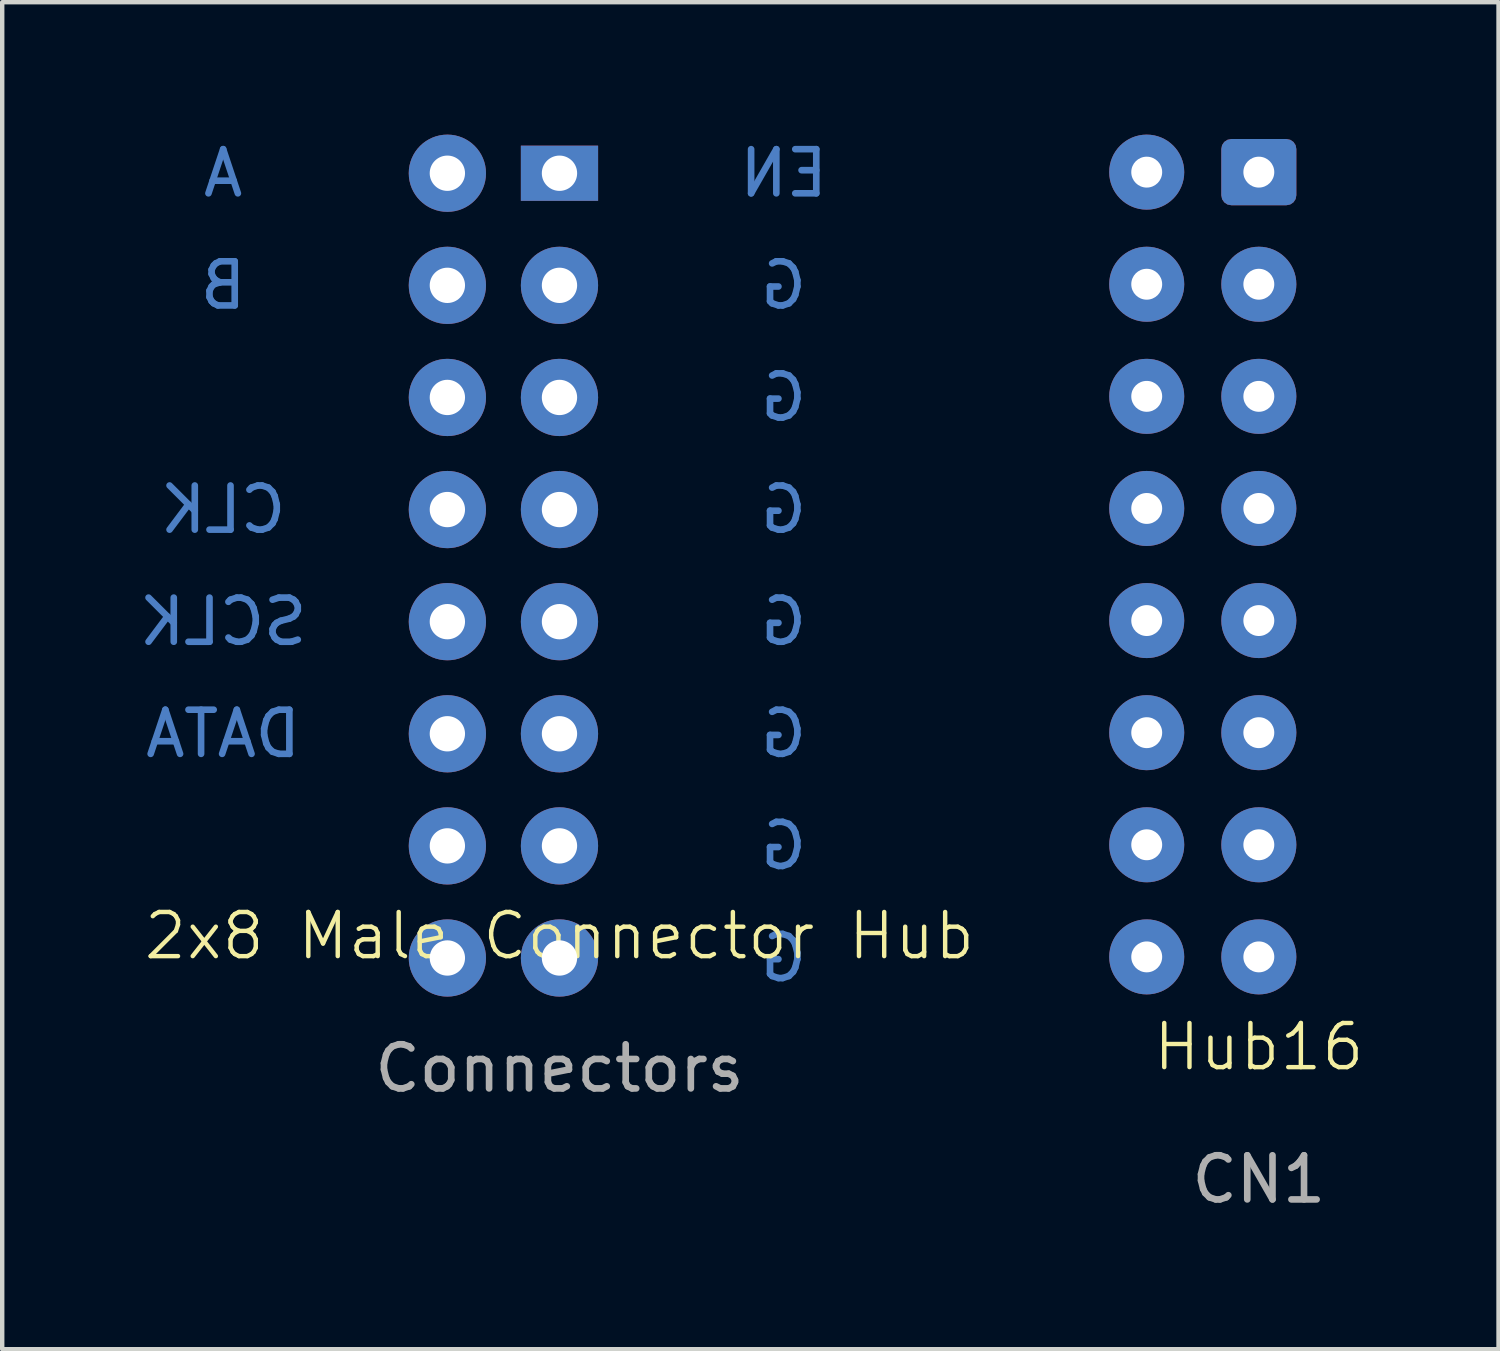
<source format=kicad_pcb>
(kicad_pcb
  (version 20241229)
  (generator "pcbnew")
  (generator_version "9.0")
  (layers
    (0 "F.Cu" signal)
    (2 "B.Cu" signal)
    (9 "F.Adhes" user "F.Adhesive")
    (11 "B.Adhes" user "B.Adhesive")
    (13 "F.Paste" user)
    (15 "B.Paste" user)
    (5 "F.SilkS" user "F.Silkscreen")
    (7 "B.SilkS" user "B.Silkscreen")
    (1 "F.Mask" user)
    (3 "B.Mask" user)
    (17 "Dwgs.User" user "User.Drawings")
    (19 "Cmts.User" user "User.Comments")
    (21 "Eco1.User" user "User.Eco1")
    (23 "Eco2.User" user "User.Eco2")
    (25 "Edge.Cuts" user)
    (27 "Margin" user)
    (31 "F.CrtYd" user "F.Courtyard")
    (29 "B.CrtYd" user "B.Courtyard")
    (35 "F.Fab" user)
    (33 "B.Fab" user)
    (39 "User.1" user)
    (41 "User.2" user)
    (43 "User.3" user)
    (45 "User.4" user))
  (footprint "2x8 Male Connector Hub"
    (layer "F.Cu")
    (at 9.626 18.655)
    (property "Reference" "2x8 Male Connector Hub" (at 0 -0.5 0) (unlocked yes) (layer "F.SilkS") (effects (font (size 1 1) (thickness 0.1))))
    (attr smd)
    (fp_text user "G" (at 5.08 -7.62 0) (layer "B.Cu") (effects (font (size 1 1) (thickness 0.15)) (justify mirror)))
    (fp_text user "B" (at -7.62 -15.24 0) (layer "B.Cu") (effects (font (size 1 1) (thickness 0.15)) (justify mirror)))
    (fp_text user "CLK" (at -7.62 -10.16 0) (layer "B.Cu") (effects (font (size 1 1) (thickness 0.15)) (justify mirror)))
    (fp_text user "G" (at 5.08 -2.54 0) (layer "B.Cu") (effects (font (size 1 1) (thickness 0.15)) (justify mirror)))
    (fp_text user "G" (at 5.08 -5.08 0) (layer "B.Cu") (effects (font (size 1 1) (thickness 0.15)) (justify mirror)))
    (fp_text user "G" (at 5.08 -15.24 0) (layer "B.Cu") (effects (font (size 1 1) (thickness 0.15)) (justify mirror)))
    (fp_text user "A" (at -7.62 -17.78 0) (layer "B.Cu") (effects (font (size 1 1) (thickness 0.15)) (justify mirror)))
    (fp_text user "DATA" (at -7.62 -5.08 0) (layer "B.Cu") (effects (font (size 1 1) (thickness 0.15)) (justify mirror)))
    (fp_text user "G" (at 5.08 -10.16 0) (layer "B.Cu") (effects (font (size 1 1) (thickness 0.15)) (justify mirror)))
    (fp_text user "G" (at 5.08 -12.7 0) (layer "B.Cu") (effects (font (size 1 1) (thickness 0.15)) (justify mirror)))
    (fp_text user "G" (at 5.08 0 0) (layer "B.Cu") (effects (font (size 1 1) (thickness 0.15)) (justify mirror)))
    (fp_text user "SCLK" (at -7.62 -7.62 0) (layer "B.Cu") (effects (font (size 1 1) (thickness 0.15)) (justify mirror)))
    (fp_text user "EN" (at 5.08 -17.78 0) (layer "B.Cu") (effects (font (size 1 1) (thickness 0.15)) (justify mirror)))
    (fp_text user "Connectors" (at 0 2.5 0) (unlocked yes) (layer "F.Fab") (effects (font (size 1 1) (thickness 0.15))))
    (pad "1" thru_hole rect (at 0 -17.78) (size 1.75 1.25) (drill 0.8) (layers "*.Cu" "*.Mask"))
    (pad "2" thru_hole circle (at 0 -15.24) (size 1.75 1.75) (drill 0.8) (layers "*.Cu" "*.Mask"))
    (pad "3" thru_hole circle (at 0 -12.7) (size 1.75 1.75) (drill 0.8) (layers "*.Cu" "*.Mask"))
    (pad "4" thru_hole circle (at 0 -10.16) (size 1.75 1.75) (drill 0.8) (layers "*.Cu" "*.Mask"))
    (pad "5" thru_hole circle (at 0 -7.62) (size 1.75 1.75) (drill 0.8) (layers "*.Cu" "*.Mask"))
    (pad "6" thru_hole circle (at 0 -5.08) (size 1.75 1.75) (drill 0.8) (layers "*.Cu" "*.Mask"))
    (pad "7" thru_hole circle (at 0 -2.54) (size 1.75 1.75) (drill 0.8) (layers "*.Cu" "*.Mask"))
    (pad "8" thru_hole circle (at 0 0) (size 1.75 1.75) (drill 0.8) (layers "*.Cu" "*.Mask"))
    (pad "9" thru_hole circle (at -2.54 -17.78) (size 1.75 1.75) (drill 0.8) (layers "*.Cu" "*.Mask"))
    (pad "10" thru_hole circle (at -2.54 -15.24) (size 1.75 1.75) (drill 0.8) (layers "*.Cu" "*.Mask"))
    (pad "11" thru_hole circle (at -2.54 -12.7) (size 1.75 1.75) (drill 0.8) (layers "*.Cu" "*.Mask"))
    (pad "12" thru_hole circle (at -2.54 -10.16) (size 1.75 1.75) (drill 0.8) (layers "*.Cu" "*.Mask"))
    (pad "13" thru_hole circle (at -2.54 -7.62) (size 1.75 1.75) (drill 0.8) (layers "*.Cu" "*.Mask"))
    (pad "14" thru_hole circle (at -2.54 -5.08) (size 1.75 1.75) (drill 0.8) (layers "*.Cu" "*.Mask"))
    (pad "15" thru_hole circle (at -2.54 -2.54) (size 1.75 1.75) (drill 0.8) (layers "*.Cu" "*.Mask"))
    (pad "16" thru_hole circle (at -2.54 0) (size 1.75 1.75) (drill 0.8) (layers "*.Cu" "*.Mask")))
  (footprint "Hub16"
    (layer "F.Cu")
    (at 25.471 21.17)
    (property "Reference" "Hub16" (at 0 -0.5 0) (unlocked yes) (layer "F.SilkS") (effects (font (size 1 1) (thickness 0.1))))
    (attr smd)
    (fp_text user "CN1" (at 0 2.5 0) (unlocked yes) (layer "F.Fab") (effects (font (size 1 1) (thickness 0.15))))
    (pad "1" thru_hole circle (at -2.54 -20.32) (size 1.7 1.7) (drill 0.7) (layers "*.Cu" "*.Mask"))
    (pad "2" thru_hole circle (at -2.54 -17.78) (size 1.7 1.7) (drill 0.7) (layers "*.Cu" "*.Mask"))
    (pad "3" thru_hole circle (at -2.54 -15.24) (size 1.7 1.7) (drill 0.7) (layers "*.Cu" "*.Mask"))
    (pad "4" thru_hole circle (at -2.54 -12.7) (size 1.7 1.7) (drill 0.7) (layers "*.Cu" "*.Mask"))
    (pad "5" thru_hole circle (at -2.54 -10.16) (size 1.7 1.7) (drill 0.7) (layers "*.Cu" "*.Mask"))
    (pad "6" thru_hole circle (at -2.54 -7.62) (size 1.7 1.7) (drill 0.7) (layers "*.Cu" "*.Mask"))
    (pad "7" thru_hole circle (at -2.54 -5.08) (size 1.7 1.7) (drill 0.7) (layers "*.Cu" "*.Mask"))
    (pad "8" thru_hole circle (at -2.54 -2.54) (size 1.7 1.7) (drill 0.7) (layers "*.Cu" "*.Mask"))
    (pad "9" thru_hole roundrect (at 0 -20.32) (size 1.7 1.5) (drill 0.7) (layers "*.Cu" "*.Mask") (roundrect_rratio 0.15))
    (pad "10" thru_hole circle (at 0 -17.78) (size 1.7 1.7) (drill 0.7) (layers "*.Cu" "*.Mask"))
    (pad "11" thru_hole circle (at 0 -15.24) (size 1.7 1.7) (drill 0.7) (layers "*.Cu" "*.Mask"))
    (pad "12" thru_hole circle (at 0 -12.7) (size 1.7 1.7) (drill 0.7) (layers "*.Cu" "*.Mask"))
    (pad "13" thru_hole circle (at 0 -10.16) (size 1.7 1.7) (drill 0.7) (layers "*.Cu" "*.Mask"))
    (pad "14" thru_hole circle (at 0 -7.62) (size 1.7 1.7) (drill 0.7) (layers "*.Cu" "*.Mask"))
    (pad "15" thru_hole circle (at 0 -5.08) (size 1.7 1.7) (drill 0.7) (layers "*.Cu" "*.Mask"))
    (pad "16" thru_hole circle (at 0 -2.54) (size 1.7 1.7) (drill 0.7) (layers "*.Cu" "*.Mask")))
  (gr_rect
    (start -3 -3)
    (end 30.902 27.518)
    (stroke (width 0.1) (type default))
    (fill no)
    (layer "Edge.Cuts")))
</source>
